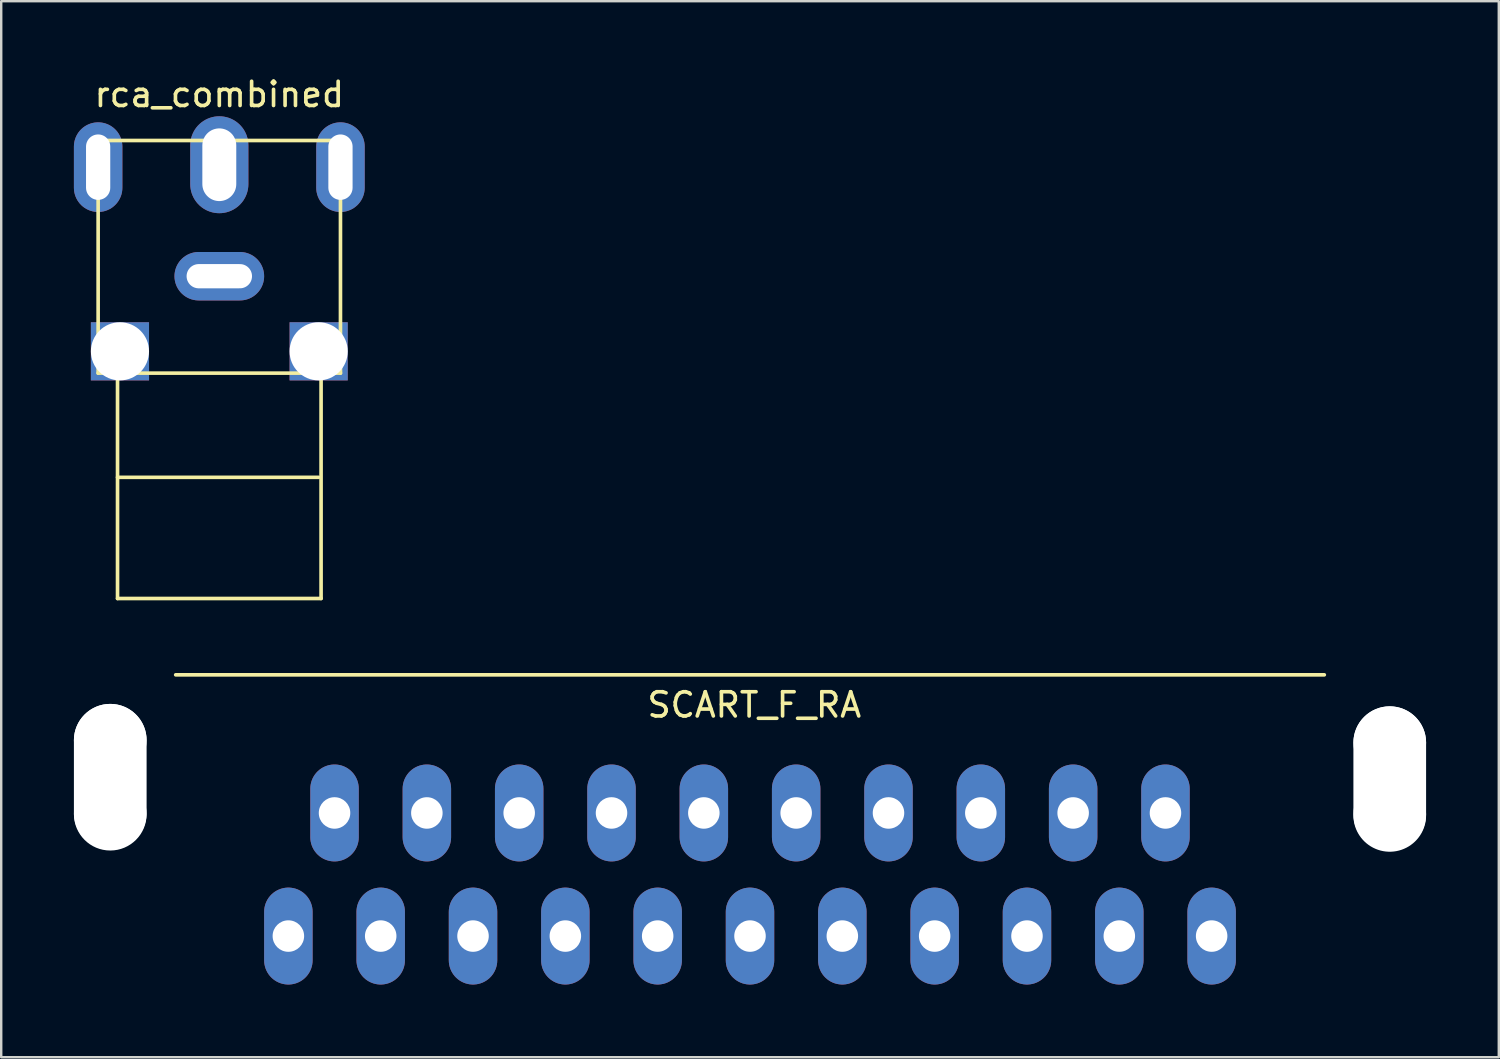
<source format=kicad_pcb>
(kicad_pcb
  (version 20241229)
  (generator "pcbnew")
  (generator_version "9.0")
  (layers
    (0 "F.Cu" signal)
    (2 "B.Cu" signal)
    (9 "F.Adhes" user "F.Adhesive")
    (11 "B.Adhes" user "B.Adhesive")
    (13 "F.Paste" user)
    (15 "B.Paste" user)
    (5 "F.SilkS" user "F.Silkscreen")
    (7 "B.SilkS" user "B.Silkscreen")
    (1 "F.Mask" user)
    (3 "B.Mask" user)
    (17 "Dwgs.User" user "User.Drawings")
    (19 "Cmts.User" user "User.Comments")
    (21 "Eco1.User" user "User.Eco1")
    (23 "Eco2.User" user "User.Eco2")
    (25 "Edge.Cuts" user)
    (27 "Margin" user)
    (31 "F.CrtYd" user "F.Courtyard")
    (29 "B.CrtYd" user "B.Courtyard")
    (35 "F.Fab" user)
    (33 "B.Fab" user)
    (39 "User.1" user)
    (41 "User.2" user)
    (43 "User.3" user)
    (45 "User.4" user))
  (footprint "SCART_F_RA"
    (layer "F.Cu")
    (at 27.9 30.498)
    (property "Reference" "SCART_F_RA" (at 0.178 -4.458 0) (layer "F.SilkS") (effects (font (size 1 1) (thickness 0.15))))
    (attr through_hole)
    (fp_line (start -23.7 -5.7) (end 23.7 -5.7) (stroke (width 0.15) (type solid)) (layer "F.SilkS"))
    (pad "" np_thru_hole circle (at -26.4 -3) (size 3 3) (drill 3) (layers "*.Cu" "*.Mask"))
    (pad "" np_thru_hole oval (at -26.4 -1.5) (size 3 6) (drill oval 3 6) (layers "*.Cu" "*.Mask"))
    (pad "" np_thru_hole circle (at -26.4 0.05) (size 3 3) (drill 3) (layers "*.Cu" "*.Mask"))
    (pad "" np_thru_hole circle (at 26.4 -2.9) (size 3 3) (drill 3) (layers "*.Cu" "*.Mask"))
    (pad "" np_thru_hole oval (at 26.4 -1.4) (size 3 6) (drill oval 3 6) (layers "*.Cu" "*.Mask"))
    (pad "" np_thru_hole circle (at 26.4 0.05) (size 3 3) (drill 3) (layers "*.Cu" "*.Mask"))
    (pad "1" thru_hole oval (at -19.05 5.08) (size 2 4) (drill 1.3) (layers "*.Cu" "*.Mask"))
    (pad "2" thru_hole oval (at -17.145 0) (size 2 4) (drill 1.3) (layers "*.Cu" "*.Mask"))
    (pad "3" thru_hole oval (at -15.24 5.08) (size 2 4) (drill 1.3) (layers "*.Cu" "*.Mask"))
    (pad "4" thru_hole oval (at -13.335 0) (size 2 4) (drill 1.3) (layers "*.Cu" "*.Mask"))
    (pad "5" thru_hole oval (at -11.43 5.08) (size 2 4) (drill 1.3) (layers "*.Cu" "*.Mask"))
    (pad "6" thru_hole oval (at -9.525 0) (size 2 4) (drill 1.3) (layers "*.Cu" "*.Mask"))
    (pad "7" thru_hole oval (at -7.62 5.08) (size 2 4) (drill 1.3) (layers "*.Cu" "*.Mask"))
    (pad "8" thru_hole oval (at -5.715 0) (size 2 4) (drill 1.3) (layers "*.Cu" "*.Mask"))
    (pad "9" thru_hole oval (at -3.81 5.08) (size 2 4) (drill 1.3) (layers "*.Cu" "*.Mask"))
    (pad "10" thru_hole oval (at -1.905 0) (size 2 4) (drill 1.3) (layers "*.Cu" "*.Mask"))
    (pad "11" thru_hole oval (at 0 5.08) (size 2 4) (drill 1.3) (layers "*.Cu" "*.Mask"))
    (pad "12" thru_hole oval (at 1.905 0) (size 2 4) (drill 1.3) (layers "*.Cu" "*.Mask"))
    (pad "13" thru_hole oval (at 3.81 5.08) (size 2 4) (drill 1.3) (layers "*.Cu" "*.Mask"))
    (pad "14" thru_hole oval (at 5.715 0) (size 2 4) (drill 1.3) (layers "*.Cu" "*.Mask"))
    (pad "15" thru_hole oval (at 7.62 5.08) (size 2 4) (drill 1.3) (layers "*.Cu" "*.Mask"))
    (pad "16" thru_hole oval (at 9.525 0) (size 2 4) (drill 1.3) (layers "*.Cu" "*.Mask"))
    (pad "17" thru_hole oval (at 11.43 5.08) (size 2 4) (drill 1.3) (layers "*.Cu" "*.Mask"))
    (pad "18" thru_hole oval (at 13.335 0) (size 2 4) (drill 1.3) (layers "*.Cu" "*.Mask"))
    (pad "19" thru_hole oval (at 15.24 5.08) (size 2 4) (drill 1.3) (layers "*.Cu" "*.Mask"))
    (pad "20" thru_hole oval (at 17.145 0) (size 2 4) (drill 1.3) (layers "*.Cu" "*.Mask"))
    (pad "21" thru_hole oval (at 19.05 5.08) (size 2 4) (drill 1.3) (layers "*.Cu" "*.Mask")))
  (footprint "rca_combined"
    (layer "F.Cu")
    (at 6 8.348)
    (property "Reference" "rca_combined" (at 0 -7.5 0) (layer "F.SilkS") (effects (font (size 1 1) (thickness 0.15))))
    (attr through_hole)
    (fp_line (start -5 -5.6) (end -5 4) (stroke (width 0.15) (type solid)) (layer "F.SilkS"))
    (fp_line (start -5 4) (end 5 4) (stroke (width 0.15) (type solid)) (layer "F.SilkS"))
    (fp_line (start -4.2 4) (end -4.2 13.3) (stroke (width 0.15) (type solid)) (layer "F.SilkS"))
    (fp_line (start -4.2 13.3) (end 4.2 13.3) (stroke (width 0.15) (type solid)) (layer "F.SilkS"))
    (fp_line (start 4.1 8.3) (end -4.2 8.3) (stroke (width 0.15) (type solid)) (layer "F.SilkS"))
    (fp_line (start 4.2 13.3) (end 4.2 4) (stroke (width 0.15) (type solid)) (layer "F.SilkS"))
    (fp_line (start 5 -5.6) (end -5 -5.6) (stroke (width 0.15) (type solid)) (layer "F.SilkS"))
    (fp_line (start 5 4) (end 5 -5.6) (stroke (width 0.15) (type solid)) (layer "F.SilkS"))
    (pad "" np_thru_hole rect (at -4.1 3.1) (size 2.4 2.4) (drill 2.4) (layers "*.Cu" "*.Mask"))
    (pad "" np_thru_hole rect (at 4.1 3.1) (size 2.4 2.4) (drill 2.4) (layers "*.Cu" "*.Mask"))
    (pad "1" thru_hole oval (at -5 -4.5) (size 2 3.7) (drill oval 1 2.7) (layers "*.Cu" "*.Mask"))
    (pad "1" thru_hole oval (at 0 0) (size 3.7 2) (drill oval 2.7 1) (layers "*.Cu" "*.Mask"))
    (pad "1" thru_hole oval (at 5 -4.5) (size 2 3.7) (drill oval 1 2.7) (layers "*.Cu" "*.Mask"))
    (pad "2" thru_hole oval (at 0 -4.6) (size 2.4 4) (drill oval 1.4 3) (layers "*.Cu" "*.Mask")))
  (gr_rect
    (start -3 -3)
    (end 58.8 40.578)
    (stroke (width 0.1) (type default))
    (fill no)
    (layer "Edge.Cuts")))
</source>
